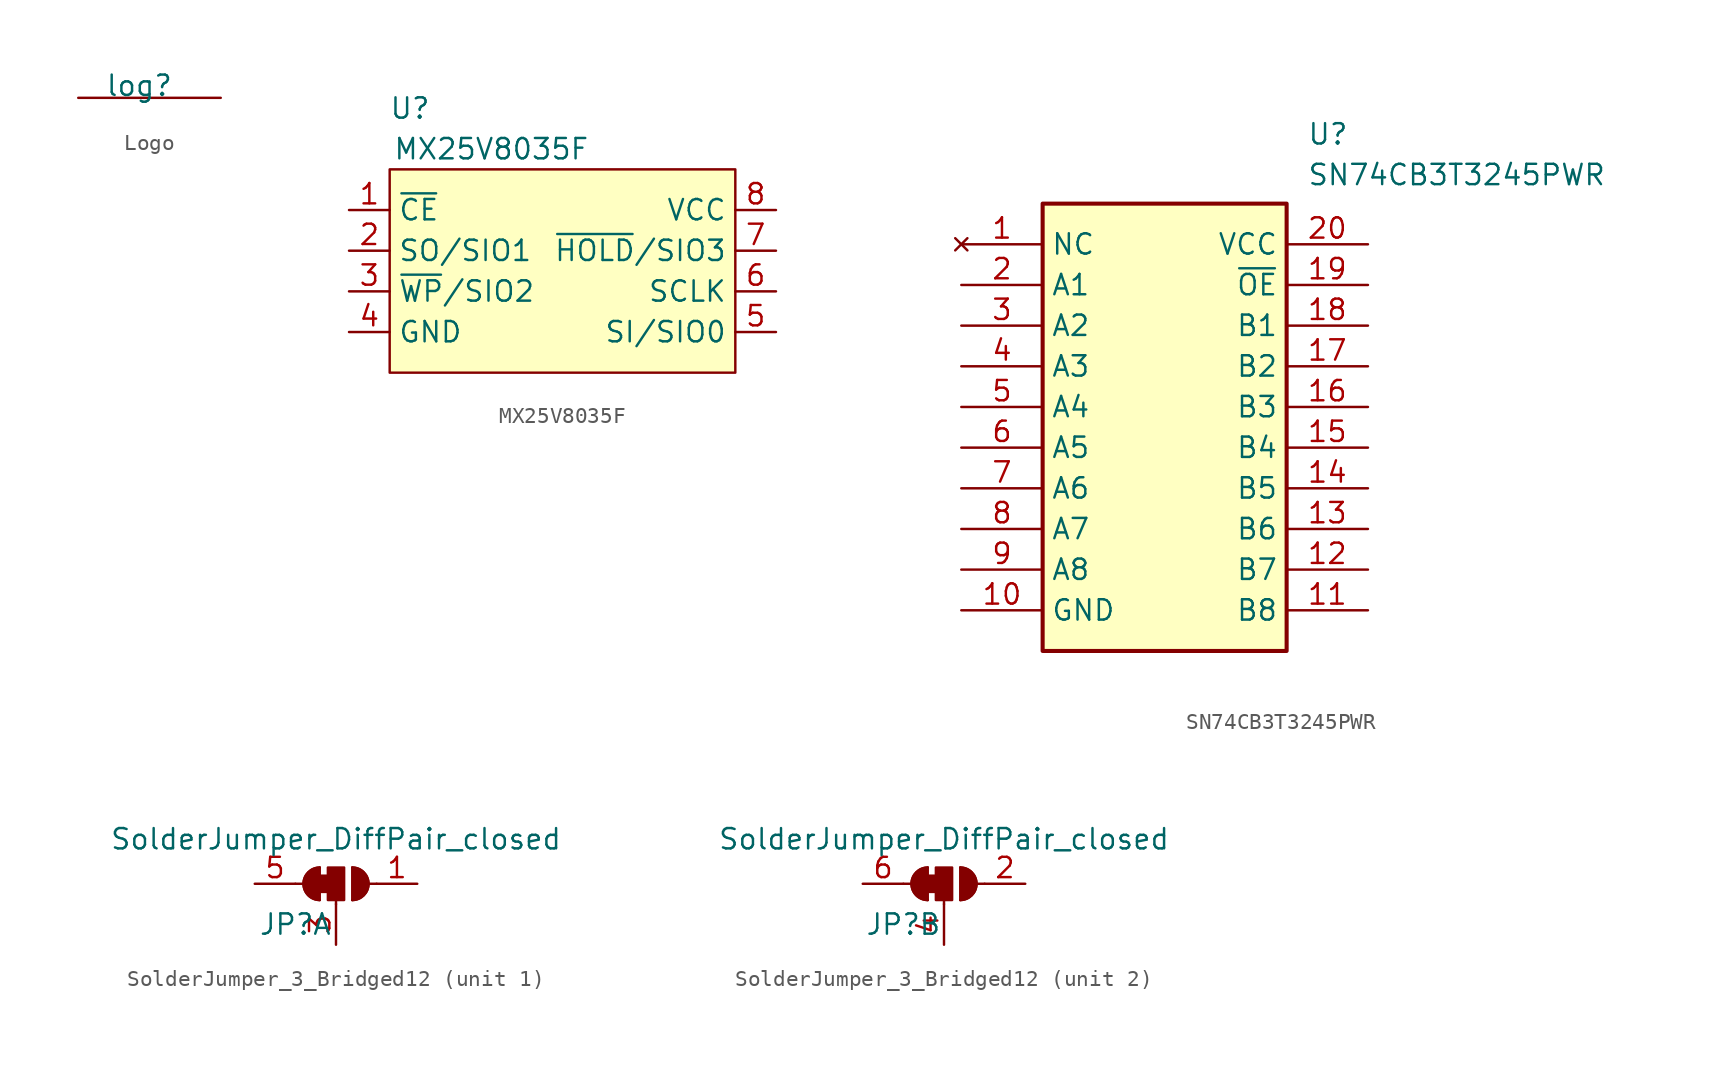
<source format=kicad_sym>
(kicad_symbol_lib
  (version 20231120)
  (generator "kicad_symbol_editor")
  (generator_version "8.0")
  (symbol "Logo"
    (property "Reference" "log"
      (at 0 2.032 0)
      (effects (font (size 1.27 1.27))))
    (property "Value" ""
      (at 0 0 0)
      (effects (font (size 1.27 1.27))))
    (symbol "Logo_0_1"
      (polyline (pts (xy -3.81 1.27) (xy 5.08 1.27)) (stroke (width 0) (type default)) (fill (type none)))))
  (symbol "MX25V8035F"
    (property "Reference" "U"
      (at 3.81 3.81 0)
      (effects (font (size 1.27 1.27))))
    (property "Value" "MX25V8035F"
      (at 8.89 1.27 0)
      (effects (font (size 1.27 1.27))))
    (symbol "MX25V8035F_1_1"
      (rectangle (start 2.54 0) (end 24.13 -12.7) (stroke (width 0) (type default)) (fill (type background)))
      (pin input line (at 0 -2.54 0) (length 2.54) (name "~{CE}" (effects (font (size 1.27 1.27)))) (number "1" (effects (font (size 1.27 1.27)))))
      (pin bidirectional line (at 0 -5.08 0) (length 2.54) (name "SO/SIO1" (effects (font (size 1.27 1.27)))) (number "2" (effects (font (size 1.27 1.27)))))
      (pin bidirectional line (at 0 -7.62 0) (length 2.54) (name "~{WP}/SIO2" (effects (font (size 1.27 1.27)))) (number "3" (effects (font (size 1.27 1.27)))))
      (pin passive line (at 0 -10.16 0) (length 2.54) (name "GND" (effects (font (size 1.27 1.27)))) (number "4" (effects (font (size 1.27 1.27)))))
      (pin bidirectional line (at 26.67 -10.16 180) (length 2.54) (name "SI/SIO0" (effects (font (size 1.27 1.27)))) (number "5" (effects (font (size 1.27 1.27)))))
      (pin input line (at 26.67 -7.62 180) (length 2.54) (name "SCLK" (effects (font (size 1.27 1.27)))) (number "6" (effects (font (size 1.27 1.27)))))
      (pin bidirectional line (at 26.67 -5.08 180) (length 2.54) (name "~{HOLD}/SIO3" (effects (font (size 1.27 1.27)))) (number "7" (effects (font (size 1.27 1.27)))))
      (pin power_in line (at 26.67 -2.54 180) (length 2.54) (name "VCC" (effects (font (size 1.27 1.27)))) (number "8" (effects (font (size 1.27 1.27)))))))
  (symbol "SN74CB3T3245PWR"
    (property "Reference" "U"
      (at 21.59 7.62 0)
      (effects (font (size 1.27 1.27)) (justify left top)))
    (property "Value" "SN74CB3T3245PWR"
      (at 21.59 5.08 0)
      (effects (font (size 1.27 1.27)) (justify left top)))
    (symbol "SN74CB3T3245PWR_1_1"
      (rectangle (start 5.08 2.54) (end 20.32 -25.4) (stroke (width 0.254) (type default)) (fill (type background)))
      (pin no_connect line (at 0 0 0) (length 5.08) (name "NC" (effects (font (size 1.27 1.27)))) (number "1" (effects (font (size 1.27 1.27)))))
      (pin passive line (at 0 -22.86 0) (length 5.08) (name "GND" (effects (font (size 1.27 1.27)))) (number "10" (effects (font (size 1.27 1.27)))))
      (pin passive line (at 25.4 -22.86 180) (length 5.08) (name "B8" (effects (font (size 1.27 1.27)))) (number "11" (effects (font (size 1.27 1.27)))))
      (pin passive line (at 25.4 -20.32 180) (length 5.08) (name "B7" (effects (font (size 1.27 1.27)))) (number "12" (effects (font (size 1.27 1.27)))))
      (pin passive line (at 25.4 -17.78 180) (length 5.08) (name "B6" (effects (font (size 1.27 1.27)))) (number "13" (effects (font (size 1.27 1.27)))))
      (pin passive line (at 25.4 -15.24 180) (length 5.08) (name "B5" (effects (font (size 1.27 1.27)))) (number "14" (effects (font (size 1.27 1.27)))))
      (pin passive line (at 25.4 -12.7 180) (length 5.08) (name "B4" (effects (font (size 1.27 1.27)))) (number "15" (effects (font (size 1.27 1.27)))))
      (pin passive line (at 25.4 -10.16 180) (length 5.08) (name "B3" (effects (font (size 1.27 1.27)))) (number "16" (effects (font (size 1.27 1.27)))))
      (pin passive line (at 25.4 -7.62 180) (length 5.08) (name "B2" (effects (font (size 1.27 1.27)))) (number "17" (effects (font (size 1.27 1.27)))))
      (pin passive line (at 25.4 -5.08 180) (length 5.08) (name "B1" (effects (font (size 1.27 1.27)))) (number "18" (effects (font (size 1.27 1.27)))))
      (pin passive line (at 25.4 -2.54 180) (length 5.08) (name "~{OE}" (effects (font (size 1.27 1.27)))) (number "19" (effects (font (size 1.27 1.27)))))
      (pin passive line (at 0 -2.54 0) (length 5.08) (name "A1" (effects (font (size 1.27 1.27)))) (number "2" (effects (font (size 1.27 1.27)))))
      (pin passive line (at 25.4 0 180) (length 5.08) (name "VCC" (effects (font (size 1.27 1.27)))) (number "20" (effects (font (size 1.27 1.27)))))
      (pin passive line (at 0 -5.08 0) (length 5.08) (name "A2" (effects (font (size 1.27 1.27)))) (number "3" (effects (font (size 1.27 1.27)))))
      (pin passive line (at 0 -7.62 0) (length 5.08) (name "A3" (effects (font (size 1.27 1.27)))) (number "4" (effects (font (size 1.27 1.27)))))
      (pin passive line (at 0 -10.16 0) (length 5.08) (name "A4" (effects (font (size 1.27 1.27)))) (number "5" (effects (font (size 1.27 1.27)))))
      (pin passive line (at 0 -12.7 0) (length 5.08) (name "A5" (effects (font (size 1.27 1.27)))) (number "6" (effects (font (size 1.27 1.27)))))
      (pin passive line (at 0 -15.24 0) (length 5.08) (name "A6" (effects (font (size 1.27 1.27)))) (number "7" (effects (font (size 1.27 1.27)))))
      (pin passive line (at 0 -17.78 0) (length 5.08) (name "A7" (effects (font (size 1.27 1.27)))) (number "8" (effects (font (size 1.27 1.27)))))
      (pin passive line (at 0 -20.32 0) (length 5.08) (name "A8" (effects (font (size 1.27 1.27)))) (number "9" (effects (font (size 1.27 1.27)))))))
  (symbol "SolderJumper_3_Bridged12"
    (pin_names
      (offset 0) hide)
    (property "Reference" "JP"
      (at -2.54 -2.54 0)
      (effects (font (size 1.27 1.27))))
    (property "Value" "SolderJumper_DiffPair_closed"
      (at 0 2.794 0)
      (effects (font (size 1.27 1.27))))
    (symbol "SolderJumper_3_Bridged12_0_1"
      (rectangle (start -1.016 0.508) (end -0.508 -0.508) (stroke (width 0) (type default)) (fill (type outline)))
      (arc (start -1.016 1.016) (mid -2.0276 0) (end -1.016 -1.016) (stroke (width 0) (type default)) (fill (type none)))
      (arc (start -1.016 1.016) (mid -2.0276 0) (end -1.016 -1.016) (stroke (width 0) (type default)) (fill (type outline)))
      (rectangle (start -0.508 1.016) (end 0.508 -1.016) (stroke (width 0) (type default)) (fill (type outline)))
      (polyline (pts (xy -2.54 0) (xy -2.032 0)) (stroke (width 0) (type default)) (fill (type none)))
      (polyline (pts (xy -1.016 1.016) (xy -1.016 -1.016)) (stroke (width 0) (type default)) (fill (type none)))
      (polyline (pts (xy 0 -1.27) (xy 0 -1.016)) (stroke (width 0) (type default)) (fill (type none)))
      (polyline (pts (xy 1.016 1.016) (xy 1.016 -1.016)) (stroke (width 0) (type default)) (fill (type none)))
      (polyline (pts (xy 2.54 0) (xy 2.032 0)) (stroke (width 0) (type default)) (fill (type none)))
      (arc (start 1.016 -1.016) (mid 2.0276 0) (end 1.016 1.016) (stroke (width 0) (type default)) (fill (type none)))
      (arc (start 1.016 -1.016) (mid 2.0276 0) (end 1.016 1.016) (stroke (width 0) (type default)) (fill (type outline))))
    (symbol "SolderJumper_3_Bridged12_1_1"
      (pin passive line (at 5.08 0 180) (length 2.54) (name "B" (effects (font (size 1.27 1.27)))) (number "1" (effects (font (size 1.27 1.27)))))
      (pin passive line (at 0 -3.81 90) (length 2.54) (name "C" (effects (font (size 1.27 1.27)))) (number "3" (effects (font (size 1.27 1.27)))))
      (pin passive line (at -5.08 0 0) (length 2.54) (name "A" (effects (font (size 1.27 1.27)))) (number "5" (effects (font (size 1.27 1.27))))))
    (symbol "SolderJumper_3_Bridged12_2_1"
      (pin passive line (at 5.08 0 180) (length 2.54) (name "B" (effects (font (size 1.27 1.27)))) (number "2" (effects (font (size 1.27 1.27)))))
      (pin passive line (at 0 -3.81 90) (length 2.54) (name "C" (effects (font (size 1.27 1.27)))) (number "4" (effects (font (size 1.27 1.27)))))
      (pin passive line (at -5.08 0 0) (length 2.54) (name "A" (effects (font (size 1.27 1.27)))) (number "6" (effects (font (size 1.27 1.27))))))))
</source>
